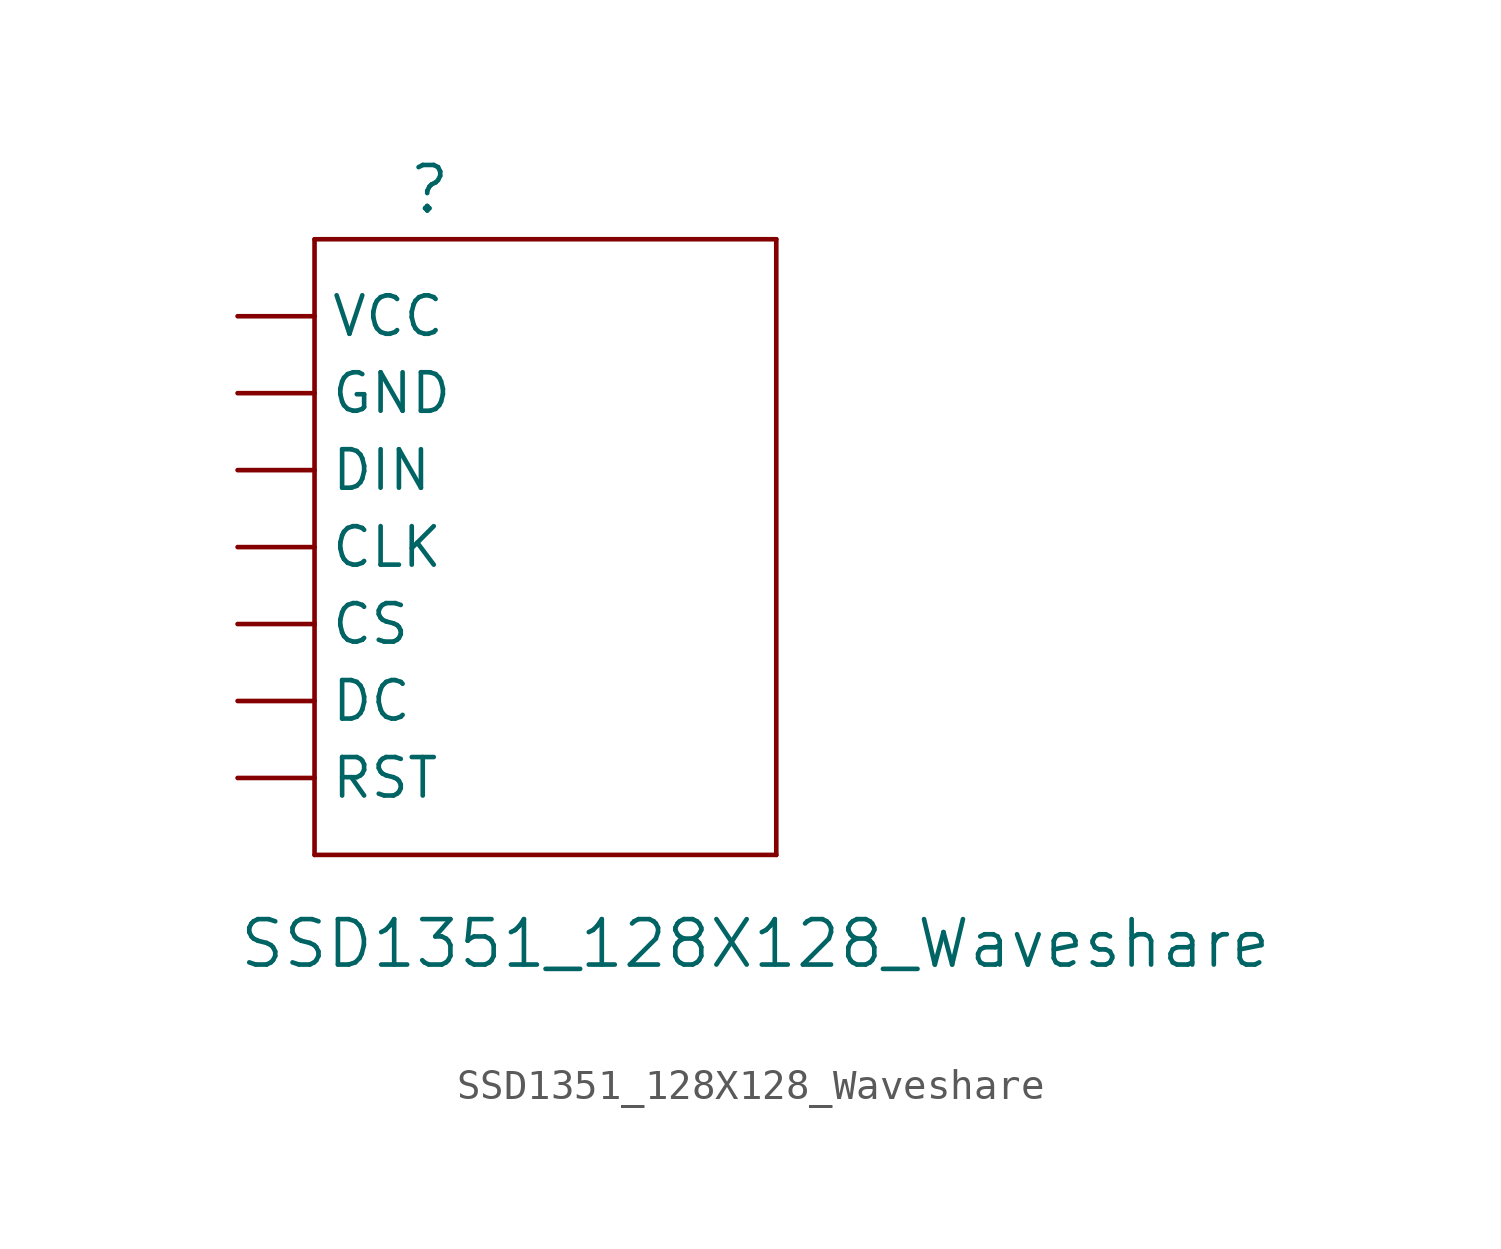
<source format=kicad_sym>
(kicad_symbol_lib
  (version 20200126)
  (host kicad_symbol_editor "5.99.0-unknown-aa7ce74~88~ubuntu18.04.1")
  (symbol "import_from_eagle-rescue:SSD1351_128X128_Waveshare"
    (property "Reference" ""
      (at -9.652 21.082 0)
      (effects (font (size 1.499 1.499)) (justify left bottom)))
    (property "Value" "SSD1351_128X128_Waveshare"
      (at -15.24 -3.81 0)
      (effects (font (size 1.499 1.499)) (justify left bottom)))
    (property "ki_locked" ""
      (at 0 0 0)
      (effects (font (size 1.27 1.27))))
    (symbol "SSD1351_128X128_Waveshare_1_0"
      (polyline (pts (xy -12.7 0) (xy -12.7 20.32)) (stroke (width 0)) (fill (type none)))
      (polyline (pts (xy -12.7 20.32) (xy 2.54 20.32)) (stroke (width 0)) (fill (type none)))
      (polyline (pts (xy 2.54 0) (xy -12.7 0)) (stroke (width 0)) (fill (type none)))
      (polyline (pts (xy 2.54 20.32) (xy 2.54 0)) (stroke (width 0)) (fill (type none)))
      (pin unspecified line (at -15.24 2.54 0) (length 2.54) (name "RST" (effects (font (size 1.27 1.27)))) (number "JP1$7" (effects (font (size 0 0)))))
      (pin unspecified line (at -15.24 10.16 0) (length 2.54) (name "CLK" (effects (font (size 1.27 1.27)))) (number "JP1$4" (effects (font (size 0 0)))))
      (pin unspecified line (at -15.24 5.08 0) (length 2.54) (name "DC" (effects (font (size 1.27 1.27)))) (number "JP1$6" (effects (font (size 0 0)))))
      (pin input line (at -15.24 7.62 0) (length 2.54) (name "CS" (effects (font (size 1.27 1.27)))) (number "JP1$5" (effects (font (size 0 0)))))
      (pin power_in line (at -15.24 17.78 0) (length 2.54) (name "VCC" (effects (font (size 1.27 1.27)))) (number "JP1$1" (effects (font (size 0 0)))))
      (pin power_in line (at -15.24 15.24 0) (length 2.54) (name "GND" (effects (font (size 1.27 1.27)))) (number "JP1$2" (effects (font (size 0 0)))))
      (pin unspecified line (at -15.24 12.7 0) (length 2.54) (name "DIN" (effects (font (size 1.27 1.27)))) (number "JP1$3" (effects (font (size 0 0))))))))
</source>
